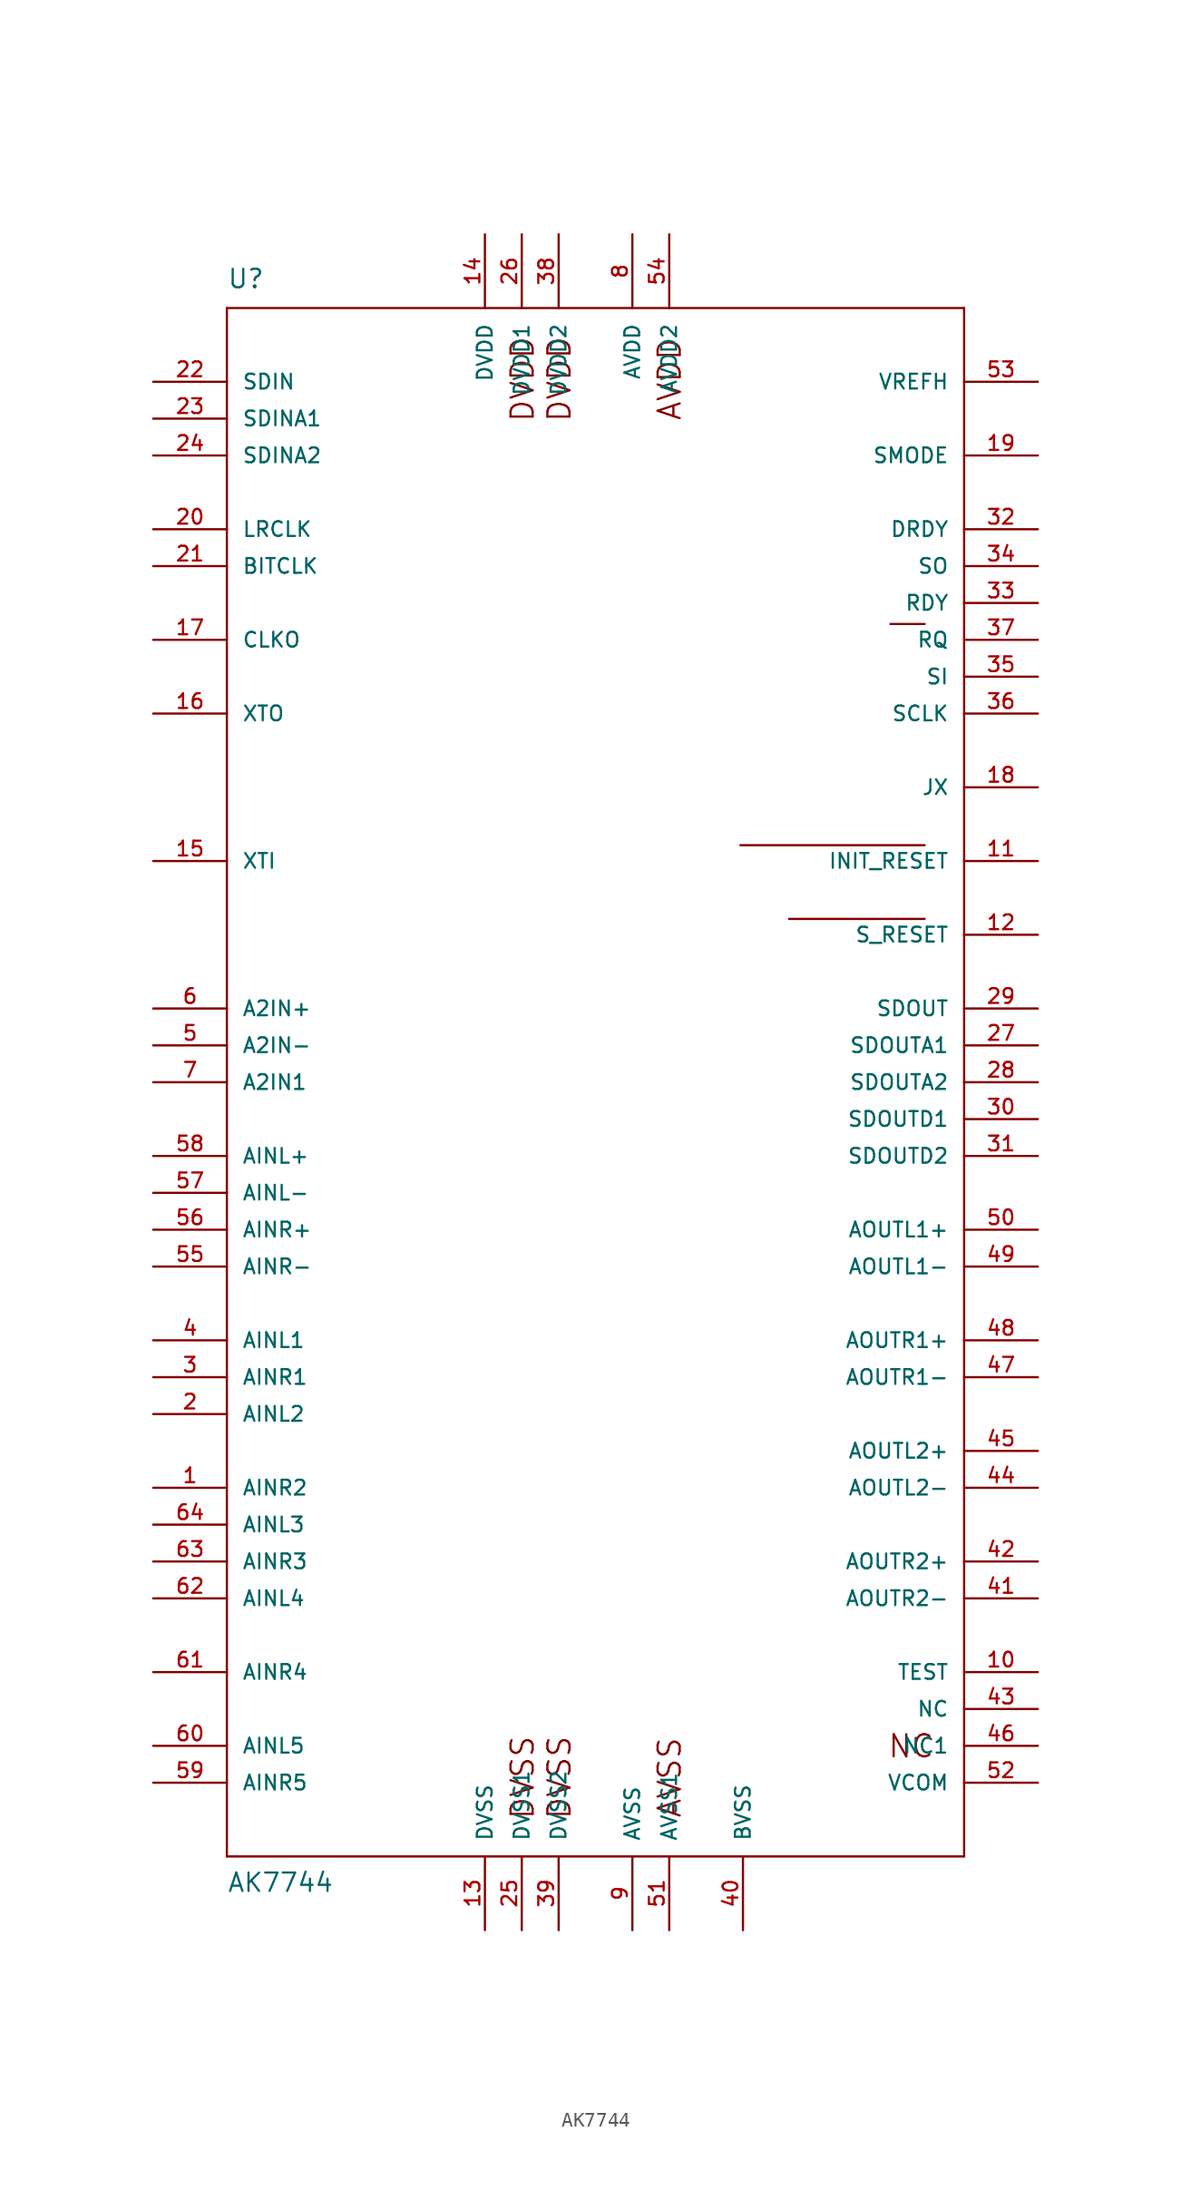
<source format=kicad_sym>
(kicad_symbol_lib
  (version 20211014)
  (generator kicad_symbol_editor)
  (symbol "AK7744"
    (pin_names
      (offset 1.016))
    (property "Reference" "U"
      (at -25.4 52.07 0)
      (effects (font (size 1.27 1.27)) (justify left bottom)))
    (property "Value" "AK7744"
      (at -25.4 -58.42 0)
      (effects (font (size 1.27 1.27)) (justify left bottom)))
    (property "ki_locked" ""
      (at 0 0 0)
      (effects (font (size 1.27 1.27))))
    (symbol "AK7744_1_0"
      (polyline (pts (xy -25.4 -55.88) (xy -25.4 50.8)) (stroke (width 0) (type default) (color 0 0 0 0)) (fill (type none)))
      (polyline (pts (xy -25.4 50.8) (xy 25.4 50.8)) (stroke (width 0) (type default) (color 0 0 0 0)) (fill (type none)))
      (polyline (pts (xy 9.982 13.792) (xy 22.682 13.792)) (stroke (width 0) (type default) (color 0 0 0 0)) (fill (type none)))
      (polyline (pts (xy 13.335 8.712) (xy 22.682 8.712)) (stroke (width 0) (type default) (color 0 0 0 0)) (fill (type none)))
      (polyline (pts (xy 20.32 29.032) (xy 22.682 29.032)) (stroke (width 0) (type default) (color 0 0 0 0)) (fill (type none)))
      (polyline (pts (xy 25.4 -55.88) (xy -25.4 -55.88)) (stroke (width 0) (type default) (color 0 0 0 0)) (fill (type none)))
      (polyline (pts (xy 25.4 50.8) (xy 25.4 -55.88)) (stroke (width 0) (type default) (color 0 0 0 0)) (fill (type none)))
      (text "AVDD" (at 5.105 45.898 1) (effects (font (size 1.524 1.524))))
      (text "AVSS" (at 5.105 -50.444 1) (effects (font (size 1.524 1.524))))
      (text "DVDD" (at -5.029 45.898 1) (effects (font (size 1.524 1.524))))
      (text "DVDD" (at -2.489 45.898 1) (effects (font (size 1.524 1.524))))
      (text "DVSS" (at -5.029 -50.444 1) (effects (font (size 1.524 1.524))))
      (text "DVSS" (at -2.489 -50.444 1) (effects (font (size 1.524 1.524))))
      (text "NC" (at 21.742 -48.285 0) (effects (font (size 1.524 1.524)))))
    (symbol "AK7744_1_1"
      (pin input line (at -30.48 -30.48 0) (length 5.08) (name "AINR2" (effects (font (size 1.016 1.016)))) (number "1" (effects (font (size 1.016 1.016)))))
      (pin bidirectional line (at 30.48 -43.18 180) (length 5.08) (name "TEST" (effects (font (size 1.016 1.016)))) (number "10" (effects (font (size 1.016 1.016)))))
      (pin input line (at 30.48 12.7 180) (length 5.08) (name "INIT_RESET" (effects (font (size 1.016 1.016)))) (number "11" (effects (font (size 1.016 1.016)))))
      (pin input line (at 30.48 7.62 180) (length 5.08) (name "S_RESET" (effects (font (size 1.016 1.016)))) (number "12" (effects (font (size 1.016 1.016)))))
      (pin power_in line (at -7.62 -60.96 90) (length 5.08) (name "DVSS" (effects (font (size 1.016 1.016)))) (number "13" (effects (font (size 1.016 1.016)))))
      (pin power_in line (at -7.62 55.88 270) (length 5.08) (name "DVDD" (effects (font (size 1.016 1.016)))) (number "14" (effects (font (size 1.016 1.016)))))
      (pin input line (at -30.48 12.7 0) (length 5.08) (name "XTI" (effects (font (size 1.016 1.016)))) (number "15" (effects (font (size 1.016 1.016)))))
      (pin output line (at -30.48 22.86 0) (length 5.08) (name "XTO" (effects (font (size 1.016 1.016)))) (number "16" (effects (font (size 1.016 1.016)))))
      (pin output line (at -30.48 27.94 0) (length 5.08) (name "CLKO" (effects (font (size 1.016 1.016)))) (number "17" (effects (font (size 1.016 1.016)))))
      (pin input line (at 30.48 17.78 180) (length 5.08) (name "JX" (effects (font (size 1.016 1.016)))) (number "18" (effects (font (size 1.016 1.016)))))
      (pin bidirectional line (at 30.48 40.64 180) (length 5.08) (name "SMODE" (effects (font (size 1.016 1.016)))) (number "19" (effects (font (size 1.016 1.016)))))
      (pin input line (at -30.48 -25.4 0) (length 5.08) (name "AINL2" (effects (font (size 1.016 1.016)))) (number "2" (effects (font (size 1.016 1.016)))))
      (pin output line (at -30.48 35.56 0) (length 5.08) (name "LRCLK" (effects (font (size 1.016 1.016)))) (number "20" (effects (font (size 1.016 1.016)))))
      (pin bidirectional line (at -30.48 33.02 0) (length 5.08) (name "BITCLK" (effects (font (size 1.016 1.016)))) (number "21" (effects (font (size 1.016 1.016)))))
      (pin input line (at -30.48 45.72 0) (length 5.08) (name "SDIN" (effects (font (size 1.016 1.016)))) (number "22" (effects (font (size 1.016 1.016)))))
      (pin input line (at -30.48 43.18 0) (length 5.08) (name "SDINA1" (effects (font (size 1.016 1.016)))) (number "23" (effects (font (size 1.016 1.016)))))
      (pin input line (at -30.48 40.64 0) (length 5.08) (name "SDINA2" (effects (font (size 1.016 1.016)))) (number "24" (effects (font (size 1.016 1.016)))))
      (pin power_in line (at -5.08 -60.96 90) (length 5.08) (name "DVSS1" (effects (font (size 1.016 1.016)))) (number "25" (effects (font (size 1.016 1.016)))))
      (pin power_in line (at -5.08 55.88 270) (length 5.08) (name "DVDD1" (effects (font (size 1.016 1.016)))) (number "26" (effects (font (size 1.016 1.016)))))
      (pin output line (at 30.48 0 180) (length 5.08) (name "SDOUTA1" (effects (font (size 1.016 1.016)))) (number "27" (effects (font (size 1.016 1.016)))))
      (pin output line (at 30.48 -2.54 180) (length 5.08) (name "SDOUTA2" (effects (font (size 1.016 1.016)))) (number "28" (effects (font (size 1.016 1.016)))))
      (pin output line (at 30.48 2.54 180) (length 5.08) (name "SDOUT" (effects (font (size 1.016 1.016)))) (number "29" (effects (font (size 1.016 1.016)))))
      (pin input line (at -30.48 -22.86 0) (length 5.08) (name "AINR1" (effects (font (size 1.016 1.016)))) (number "3" (effects (font (size 1.016 1.016)))))
      (pin output line (at 30.48 -5.08 180) (length 5.08) (name "SDOUTD1" (effects (font (size 1.016 1.016)))) (number "30" (effects (font (size 1.016 1.016)))))
      (pin output line (at 30.48 -7.62 180) (length 5.08) (name "SDOUTD2" (effects (font (size 1.016 1.016)))) (number "31" (effects (font (size 1.016 1.016)))))
      (pin output line (at 30.48 35.56 180) (length 5.08) (name "DRDY" (effects (font (size 1.016 1.016)))) (number "32" (effects (font (size 1.016 1.016)))))
      (pin output line (at 30.48 30.48 180) (length 5.08) (name "RDY" (effects (font (size 1.016 1.016)))) (number "33" (effects (font (size 1.016 1.016)))))
      (pin bidirectional line (at 30.48 33.02 180) (length 5.08) (name "SO" (effects (font (size 1.016 1.016)))) (number "34" (effects (font (size 1.016 1.016)))))
      (pin input line (at 30.48 25.4 180) (length 5.08) (name "SI" (effects (font (size 1.016 1.016)))) (number "35" (effects (font (size 1.016 1.016)))))
      (pin input line (at 30.48 22.86 180) (length 5.08) (name "SCLK" (effects (font (size 1.016 1.016)))) (number "36" (effects (font (size 1.016 1.016)))))
      (pin input line (at 30.48 27.94 180) (length 5.08) (name "RQ" (effects (font (size 1.016 1.016)))) (number "37" (effects (font (size 1.016 1.016)))))
      (pin power_in line (at -2.54 55.88 270) (length 5.08) (name "DVDD2" (effects (font (size 1.016 1.016)))) (number "38" (effects (font (size 1.016 1.016)))))
      (pin power_in line (at -2.54 -60.96 90) (length 5.08) (name "DVSS2" (effects (font (size 1.016 1.016)))) (number "39" (effects (font (size 1.016 1.016)))))
      (pin input line (at -30.48 -20.32 0) (length 5.08) (name "AINL1" (effects (font (size 1.016 1.016)))) (number "4" (effects (font (size 1.016 1.016)))))
      (pin power_in line (at 10.16 -60.96 90) (length 5.08) (name "BVSS" (effects (font (size 1.016 1.016)))) (number "40" (effects (font (size 1.016 1.016)))))
      (pin output line (at 30.48 -38.1 180) (length 5.08) (name "AOUTR2-" (effects (font (size 1.016 1.016)))) (number "41" (effects (font (size 1.016 1.016)))))
      (pin output line (at 30.48 -35.56 180) (length 5.08) (name "AOUTR2+" (effects (font (size 1.016 1.016)))) (number "42" (effects (font (size 1.016 1.016)))))
      (pin bidirectional line (at 30.48 -45.72 180) (length 5.08) (name "NC" (effects (font (size 1.016 1.016)))) (number "43" (effects (font (size 1.016 1.016)))))
      (pin output line (at 30.48 -30.48 180) (length 5.08) (name "AOUTL2-" (effects (font (size 1.016 1.016)))) (number "44" (effects (font (size 1.016 1.016)))))
      (pin output line (at 30.48 -27.94 180) (length 5.08) (name "AOUTL2+" (effects (font (size 1.016 1.016)))) (number "45" (effects (font (size 1.016 1.016)))))
      (pin bidirectional line (at 30.48 -48.26 180) (length 5.08) (name "NC1" (effects (font (size 1.016 1.016)))) (number "46" (effects (font (size 1.016 1.016)))))
      (pin output line (at 30.48 -22.86 180) (length 5.08) (name "AOUTR1-" (effects (font (size 1.016 1.016)))) (number "47" (effects (font (size 1.016 1.016)))))
      (pin output line (at 30.48 -20.32 180) (length 5.08) (name "AOUTR1+" (effects (font (size 1.016 1.016)))) (number "48" (effects (font (size 1.016 1.016)))))
      (pin output line (at 30.48 -15.24 180) (length 5.08) (name "AOUTL1-" (effects (font (size 1.016 1.016)))) (number "49" (effects (font (size 1.016 1.016)))))
      (pin input line (at -30.48 0 0) (length 5.08) (name "A2IN-" (effects (font (size 1.016 1.016)))) (number "5" (effects (font (size 1.016 1.016)))))
      (pin output line (at 30.48 -12.7 180) (length 5.08) (name "AOUTL1+" (effects (font (size 1.016 1.016)))) (number "50" (effects (font (size 1.016 1.016)))))
      (pin power_in line (at 5.08 -60.96 90) (length 5.08) (name "AVSS1" (effects (font (size 1.016 1.016)))) (number "51" (effects (font (size 1.016 1.016)))))
      (pin output line (at 30.48 -50.8 180) (length 5.08) (name "VCOM" (effects (font (size 1.016 1.016)))) (number "52" (effects (font (size 1.016 1.016)))))
      (pin input line (at 30.48 45.72 180) (length 5.08) (name "VREFH" (effects (font (size 1.016 1.016)))) (number "53" (effects (font (size 1.016 1.016)))))
      (pin power_in line (at 5.08 55.88 270) (length 5.08) (name "AVDD2" (effects (font (size 1.016 1.016)))) (number "54" (effects (font (size 1.016 1.016)))))
      (pin input line (at -30.48 -15.24 0) (length 5.08) (name "AINR-" (effects (font (size 1.016 1.016)))) (number "55" (effects (font (size 1.016 1.016)))))
      (pin input line (at -30.48 -12.7 0) (length 5.08) (name "AINR+" (effects (font (size 1.016 1.016)))) (number "56" (effects (font (size 1.016 1.016)))))
      (pin input line (at -30.48 -10.16 0) (length 5.08) (name "AINL-" (effects (font (size 1.016 1.016)))) (number "57" (effects (font (size 1.016 1.016)))))
      (pin input line (at -30.48 -7.62 0) (length 5.08) (name "AINL+" (effects (font (size 1.016 1.016)))) (number "58" (effects (font (size 1.016 1.016)))))
      (pin input line (at -30.48 -50.8 0) (length 5.08) (name "AINR5" (effects (font (size 1.016 1.016)))) (number "59" (effects (font (size 1.016 1.016)))))
      (pin input line (at -30.48 2.54 0) (length 5.08) (name "A2IN+" (effects (font (size 1.016 1.016)))) (number "6" (effects (font (size 1.016 1.016)))))
      (pin input line (at -30.48 -48.26 0) (length 5.08) (name "AINL5" (effects (font (size 1.016 1.016)))) (number "60" (effects (font (size 1.016 1.016)))))
      (pin input line (at -30.48 -43.18 0) (length 5.08) (name "AINR4" (effects (font (size 1.016 1.016)))) (number "61" (effects (font (size 1.016 1.016)))))
      (pin input line (at -30.48 -38.1 0) (length 5.08) (name "AINL4" (effects (font (size 1.016 1.016)))) (number "62" (effects (font (size 1.016 1.016)))))
      (pin input line (at -30.48 -35.56 0) (length 5.08) (name "AINR3" (effects (font (size 1.016 1.016)))) (number "63" (effects (font (size 1.016 1.016)))))
      (pin input line (at -30.48 -33.02 0) (length 5.08) (name "AINL3" (effects (font (size 1.016 1.016)))) (number "64" (effects (font (size 1.016 1.016)))))
      (pin input line (at -30.48 -2.54 0) (length 5.08) (name "A2IN1" (effects (font (size 1.016 1.016)))) (number "7" (effects (font (size 1.016 1.016)))))
      (pin power_in line (at 2.54 55.88 270) (length 5.08) (name "AVDD" (effects (font (size 1.016 1.016)))) (number "8" (effects (font (size 1.016 1.016)))))
      (pin power_in line (at 2.54 -60.96 90) (length 5.08) (name "AVSS" (effects (font (size 1.016 1.016)))) (number "9" (effects (font (size 1.016 1.016))))))))
</source>
